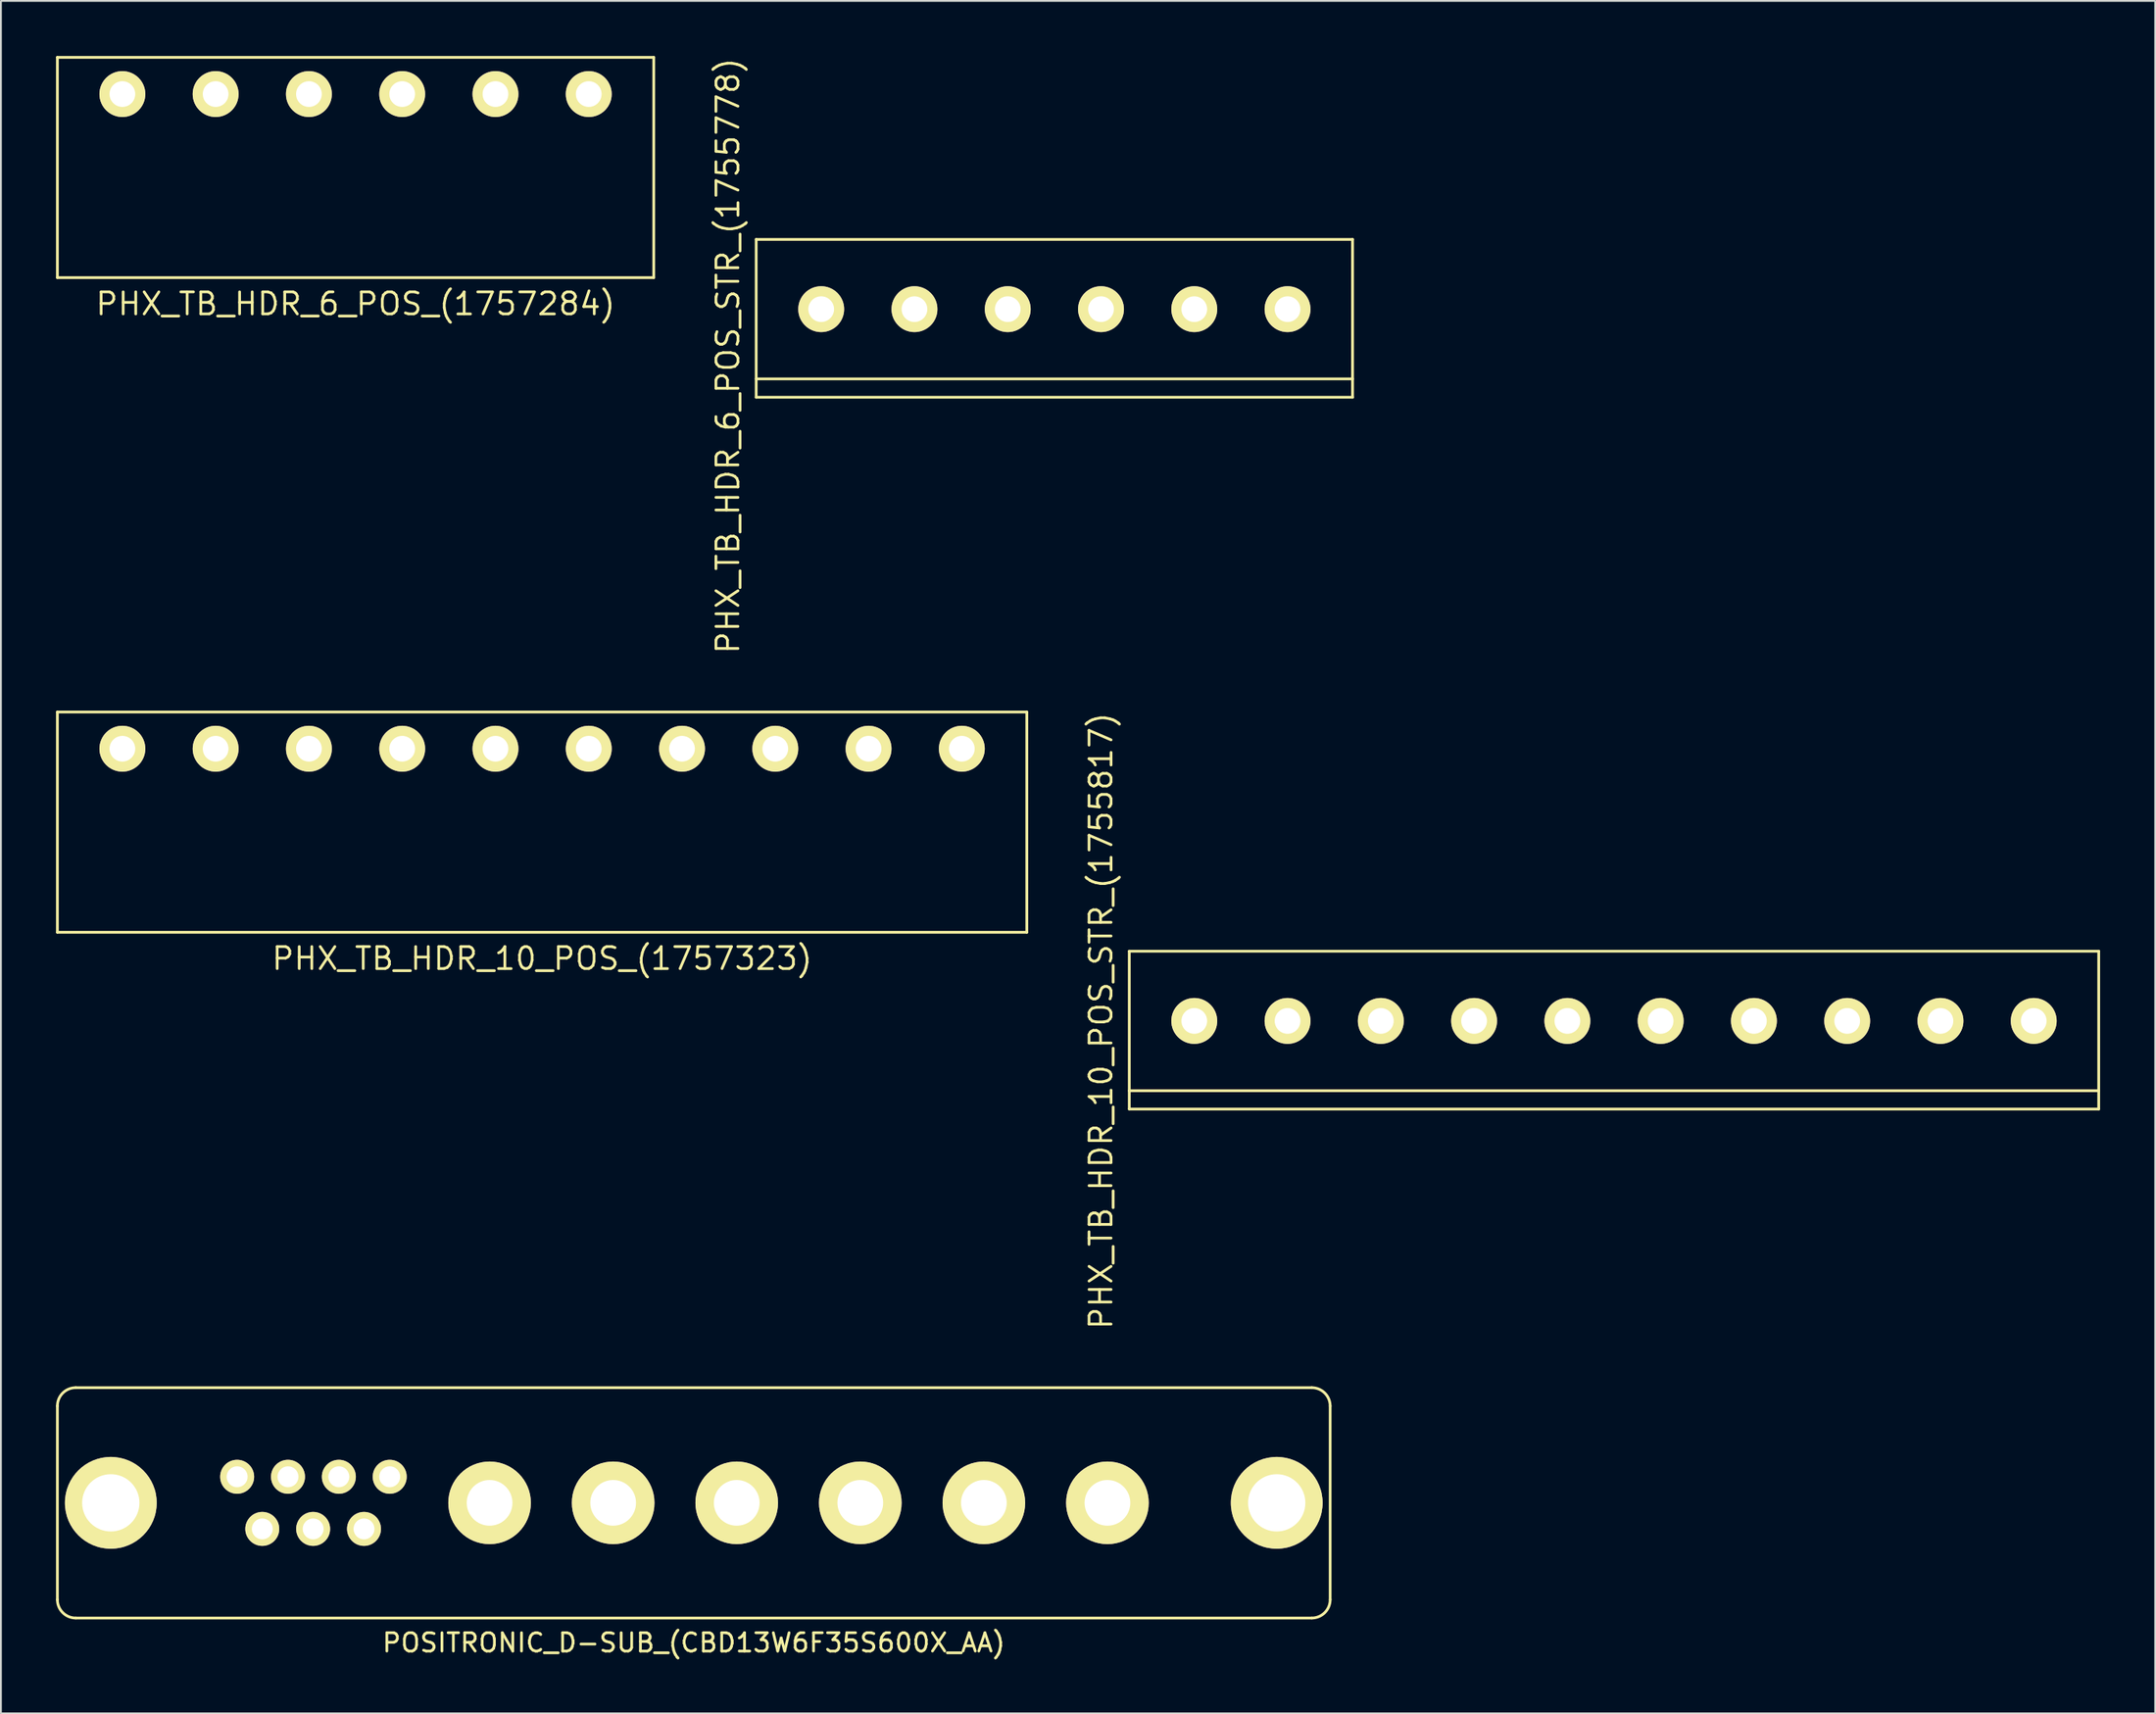
<source format=kicad_pcb>
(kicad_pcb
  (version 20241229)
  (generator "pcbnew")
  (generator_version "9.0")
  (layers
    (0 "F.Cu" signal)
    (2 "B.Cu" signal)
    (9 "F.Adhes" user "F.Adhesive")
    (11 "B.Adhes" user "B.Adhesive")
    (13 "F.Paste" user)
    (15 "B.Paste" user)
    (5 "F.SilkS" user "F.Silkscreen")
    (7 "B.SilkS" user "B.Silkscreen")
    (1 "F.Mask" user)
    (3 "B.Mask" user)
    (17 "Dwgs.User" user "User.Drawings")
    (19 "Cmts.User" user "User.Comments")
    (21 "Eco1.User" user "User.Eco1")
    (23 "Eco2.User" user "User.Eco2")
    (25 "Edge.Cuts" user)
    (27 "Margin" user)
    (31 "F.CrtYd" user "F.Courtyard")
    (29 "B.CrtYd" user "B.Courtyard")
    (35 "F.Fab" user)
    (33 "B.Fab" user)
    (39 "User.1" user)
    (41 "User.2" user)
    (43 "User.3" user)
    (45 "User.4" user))
  (footprint "PHX_TB_HDR_10_POS_STR_(1755817)"
    (layer "F.Cu")
    (at 61.995 52.572)
    (property "Reference" "PHX_TB_HDR_10_POS_STR_(1755817)" (at -5.08 0 90) (layer "F.SilkS") (effects (font (size 1.2 1.2) (thickness 0.15))))
    (attr through_hole)
    (fp_line (start -3.54 -3.8) (end -3.54 4.8) (stroke (width 0.15) (type solid)) (layer "F.SilkS"))
    (fp_line (start -3.54 -3.8) (end 49.26 -3.8) (stroke (width 0.15) (type solid)) (layer "F.SilkS"))
    (fp_line (start -3.54 3.8) (end 49.26 3.8) (stroke (width 0.15) (type solid)) (layer "F.SilkS"))
    (fp_line (start 49.26 -3.8) (end 49.26 4.8) (stroke (width 0.15) (type solid)) (layer "F.SilkS"))
    (fp_line (start 49.26 4.8) (end -3.54 4.8) (stroke (width 0.15) (type solid)) (layer "F.SilkS"))
    (pad "1" thru_hole circle (at 0 0) (size 2.5 2.5) (drill 1.4) (layers "*.Cu" "*.Mask" "F.SilkS"))
    (pad "2" thru_hole circle (at 5.08 0) (size 2.5 2.5) (drill 1.4) (layers "*.Cu" "*.Mask" "F.SilkS"))
    (pad "3" thru_hole circle (at 10.16 0) (size 2.5 2.5) (drill 1.4) (layers "*.Cu" "*.Mask" "F.SilkS"))
    (pad "4" thru_hole circle (at 15.24 0) (size 2.5 2.5) (drill 1.4) (layers "*.Cu" "*.Mask" "F.SilkS"))
    (pad "5" thru_hole circle (at 20.32 0) (size 2.5 2.5) (drill 1.4) (layers "*.Cu" "*.Mask" "F.SilkS"))
    (pad "6" thru_hole circle (at 25.4 0) (size 2.5 2.5) (drill 1.4) (layers "*.Cu" "*.Mask" "F.SilkS"))
    (pad "7" thru_hole circle (at 30.48 0) (size 2.5 2.5) (drill 1.4) (layers "*.Cu" "*.Mask" "F.SilkS"))
    (pad "8" thru_hole circle (at 35.56 0) (size 2.5 2.5) (drill 1.4) (layers "*.Cu" "*.Mask" "F.SilkS"))
    (pad "9" thru_hole circle (at 40.64 0) (size 2.5 2.5) (drill 1.4) (layers "*.Cu" "*.Mask" "F.SilkS"))
    (pad "10" thru_hole circle (at 45.72 0) (size 2.5 2.5) (drill 1.4) (layers "*.Cu" "*.Mask" "F.SilkS")))
  (footprint "PHX_TB_HDR_10_POS_(1757323)"
    (layer "F.Cu")
    (at 3.615 37.742)
    (property "Reference" "PHX_TB_HDR_10_POS_(1757323)" (at 22.86 11.43 0) (layer "F.SilkS") (effects (font (size 1.2 1.2) (thickness 0.15))))
    (attr through_hole)
    (fp_line (start -3.54 -2) (end -3.54 10) (stroke (width 0.15) (type solid)) (layer "F.SilkS"))
    (fp_line (start -3.54 -2) (end 49.26 -2) (stroke (width 0.15) (type solid)) (layer "F.SilkS"))
    (fp_line (start 49.26 -2) (end 49.26 10) (stroke (width 0.15) (type solid)) (layer "F.SilkS"))
    (fp_line (start 49.26 10) (end -3.54 10) (stroke (width 0.15) (type solid)) (layer "F.SilkS"))
    (pad "1" thru_hole circle (at 0 0) (size 2.5 2.5) (drill 1.4) (layers "*.Cu" "*.Mask" "F.SilkS"))
    (pad "2" thru_hole circle (at 5.08 0) (size 2.5 2.5) (drill 1.4) (layers "*.Cu" "*.Mask" "F.SilkS"))
    (pad "3" thru_hole circle (at 10.16 0) (size 2.5 2.5) (drill 1.4) (layers "*.Cu" "*.Mask" "F.SilkS"))
    (pad "4" thru_hole circle (at 15.24 0) (size 2.5 2.5) (drill 1.4) (layers "*.Cu" "*.Mask" "F.SilkS"))
    (pad "5" thru_hole circle (at 20.32 0) (size 2.5 2.5) (drill 1.4) (layers "*.Cu" "*.Mask" "F.SilkS"))
    (pad "6" thru_hole circle (at 25.4 0) (size 2.5 2.5) (drill 1.4) (layers "*.Cu" "*.Mask" "F.SilkS"))
    (pad "7" thru_hole circle (at 30.48 0) (size 2.5 2.5) (drill 1.4) (layers "*.Cu" "*.Mask" "F.SilkS"))
    (pad "8" thru_hole circle (at 35.56 0) (size 2.5 2.5) (drill 1.4) (layers "*.Cu" "*.Mask" "F.SilkS"))
    (pad "9" thru_hole circle (at 40.64 0) (size 2.5 2.5) (drill 1.4) (layers "*.Cu" "*.Mask" "F.SilkS"))
    (pad "10" thru_hole circle (at 45.72 0) (size 2.5 2.5) (drill 1.4) (layers "*.Cu" "*.Mask" "F.SilkS")))
  (footprint "POSITRONIC_D-SUB_(CBD13W6F35S600X_AA)"
    (layer "F.Cu")
    (at 34.735 78.827)
    (property "Reference" "POSITRONIC_D-SUB_(CBD13W6F35S600X_AA)" (at 0 7.62 0) (layer "F.SilkS") (effects (font (size 1 1) (thickness 0.15))))
    (attr through_hole)
    (fp_line (start -34.66 5.275) (end -34.66 -5.275) (stroke (width 0.15) (type solid)) (layer "F.SilkS"))
    (fp_line (start -33.66 -6.275) (end 33.66 -6.275) (stroke (width 0.15) (type solid)) (layer "F.SilkS"))
    (fp_line (start 33.66 6.275) (end -33.66 6.275) (stroke (width 0.15) (type solid)) (layer "F.SilkS"))
    (fp_line (start 34.66 -5.275) (end 34.66 5.275) (stroke (width 0.15) (type solid)) (layer "F.SilkS"))
    (fp_arc (start -34.66 -5.275) (mid -34.367107 -5.982107) (end -33.66 -6.275) (stroke (width 0.15) (type solid)) (layer "F.SilkS"))
    (fp_arc (start -33.66 6.275) (mid -34.367107 5.982107) (end -34.66 5.275) (stroke (width 0.15) (type solid)) (layer "F.SilkS"))
    (fp_arc (start 33.66 -6.275) (mid 34.367107 -5.982107) (end 34.66 -5.275) (stroke (width 0.15) (type solid)) (layer "F.SilkS"))
    (fp_arc (start 34.66 5.275) (mid 34.367107 5.982107) (end 33.66 6.275) (stroke (width 0.15) (type solid)) (layer "F.SilkS"))
    (pad "0" thru_hole circle (at -31.75 0) (size 5 5) (drill 3.12) (layers "*.Cu" "*.Mask" "F.SilkS"))
    (pad "0" thru_hole circle (at 31.75 0) (size 5 5) (drill 3.12) (layers "*.Cu" "*.Mask" "F.SilkS"))
    (pad "1" thru_hole circle (at -16.56 -1.42) (size 1.85 1.85) (drill 1.14) (layers "*.Cu" "*.Mask" "F.SilkS"))
    (pad "2" thru_hole circle (at -19.33 -1.42) (size 1.85 1.85) (drill 1.14) (layers "*.Cu" "*.Mask" "F.SilkS"))
    (pad "3" thru_hole circle (at -22.1 -1.42) (size 1.85 1.85) (drill 1.14) (layers "*.Cu" "*.Mask" "F.SilkS"))
    (pad "4" thru_hole circle (at -24.87 -1.42) (size 1.85 1.85) (drill 1.14) (layers "*.Cu" "*.Mask" "F.SilkS"))
    (pad "5" thru_hole circle (at -17.96 1.42) (size 1.85 1.85) (drill 1.14) (layers "*.Cu" "*.Mask" "F.SilkS"))
    (pad "6" thru_hole circle (at -20.73 1.42) (size 1.85 1.85) (drill 1.14) (layers "*.Cu" "*.Mask" "F.SilkS"))
    (pad "7" thru_hole circle (at -23.5 1.42) (size 1.85 1.85) (drill 1.14) (layers "*.Cu" "*.Mask" "F.SilkS"))
    (pad "A1" thru_hole circle (at 22.53 0) (size 4.5 4.5) (drill 2.49) (layers "*.Cu" "*.Mask" "F.SilkS"))
    (pad "A2" thru_hole circle (at 15.8 0) (size 4.5 4.5) (drill 2.49) (layers "*.Cu" "*.Mask" "F.SilkS"))
    (pad "A3" thru_hole circle (at 9.07 0) (size 4.5 4.5) (drill 2.49) (layers "*.Cu" "*.Mask" "F.SilkS"))
    (pad "A4" thru_hole circle (at 2.34 0) (size 4.5 4.5) (drill 2.49) (layers "*.Cu" "*.Mask" "F.SilkS"))
    (pad "A5" thru_hole circle (at -4.39 0) (size 4.5 4.5) (drill 2.49) (layers "*.Cu" "*.Mask" "F.SilkS"))
    (pad "A6" thru_hole circle (at -11.12 0) (size 4.5 4.5) (drill 2.49) (layers "*.Cu" "*.Mask" "F.SilkS")))
  (footprint "PHX_TB_HDR_6_POS_(1757284)"
    (layer "F.Cu")
    (at 3.615 2.075)
    (property "Reference" "PHX_TB_HDR_6_POS_(1757284)" (at 12.7 11.43 0) (layer "F.SilkS") (effects (font (size 1.2 1.2) (thickness 0.15))))
    (attr through_hole)
    (fp_line (start -3.54 -2) (end -3.54 10) (stroke (width 0.15) (type solid)) (layer "F.SilkS"))
    (fp_line (start -3.54 -2) (end 28.94 -2) (stroke (width 0.15) (type solid)) (layer "F.SilkS"))
    (fp_line (start 28.94 -2) (end 28.94 10) (stroke (width 0.15) (type solid)) (layer "F.SilkS"))
    (fp_line (start 28.94 10) (end -3.54 10) (stroke (width 0.15) (type solid)) (layer "F.SilkS"))
    (pad "1" thru_hole circle (at 0 0) (size 2.5 2.5) (drill 1.4) (layers "*.Cu" "*.Mask" "F.SilkS"))
    (pad "2" thru_hole circle (at 5.08 0) (size 2.5 2.5) (drill 1.4) (layers "*.Cu" "*.Mask" "F.SilkS"))
    (pad "3" thru_hole circle (at 10.16 0) (size 2.5 2.5) (drill 1.4) (layers "*.Cu" "*.Mask" "F.SilkS"))
    (pad "4" thru_hole circle (at 15.24 0) (size 2.5 2.5) (drill 1.4) (layers "*.Cu" "*.Mask" "F.SilkS"))
    (pad "5" thru_hole circle (at 20.32 0) (size 2.5 2.5) (drill 1.4) (layers "*.Cu" "*.Mask" "F.SilkS"))
    (pad "6" thru_hole circle (at 25.4 0) (size 2.5 2.5) (drill 1.4) (layers "*.Cu" "*.Mask" "F.SilkS")))
  (footprint "PHX_TB_HDR_6_POS_STR_(1755778)"
    (layer "F.Cu")
    (at 41.675 13.794)
    (property "Reference" "PHX_TB_HDR_6_POS_STR_(1755778)" (at -5.08 2.54 90) (layer "F.SilkS") (effects (font (size 1.2 1.2) (thickness 0.15))))
    (attr through_hole)
    (fp_line (start -3.54 -3.8) (end -3.54 4.8) (stroke (width 0.15) (type solid)) (layer "F.SilkS"))
    (fp_line (start -3.54 -3.8) (end 28.94 -3.8) (stroke (width 0.15) (type solid)) (layer "F.SilkS"))
    (fp_line (start -3.54 3.8) (end 28.94 3.8) (stroke (width 0.15) (type solid)) (layer "F.SilkS"))
    (fp_line (start 28.94 -3.8) (end 28.94 4.8) (stroke (width 0.15) (type solid)) (layer "F.SilkS"))
    (fp_line (start 28.94 4.8) (end -3.54 4.8) (stroke (width 0.15) (type solid)) (layer "F.SilkS"))
    (pad "1" thru_hole circle (at 0 0) (size 2.5 2.5) (drill 1.4) (layers "*.Cu" "*.Mask" "F.SilkS"))
    (pad "2" thru_hole circle (at 5.08 0) (size 2.5 2.5) (drill 1.4) (layers "*.Cu" "*.Mask" "F.SilkS"))
    (pad "3" thru_hole circle (at 10.16 0) (size 2.5 2.5) (drill 1.4) (layers "*.Cu" "*.Mask" "F.SilkS"))
    (pad "4" thru_hole circle (at 15.24 0) (size 2.5 2.5) (drill 1.4) (layers "*.Cu" "*.Mask" "F.SilkS"))
    (pad "5" thru_hole circle (at 20.32 0) (size 2.5 2.5) (drill 1.4) (layers "*.Cu" "*.Mask" "F.SilkS"))
    (pad "6" thru_hole circle (at 25.4 0) (size 2.5 2.5) (drill 1.4) (layers "*.Cu" "*.Mask" "F.SilkS")))
  (gr_rect
    (start -3 -3)
    (end 114.33 90.295)
    (stroke (width 0.1) (type default))
    (fill no)
    (layer "Edge.Cuts")))
</source>
